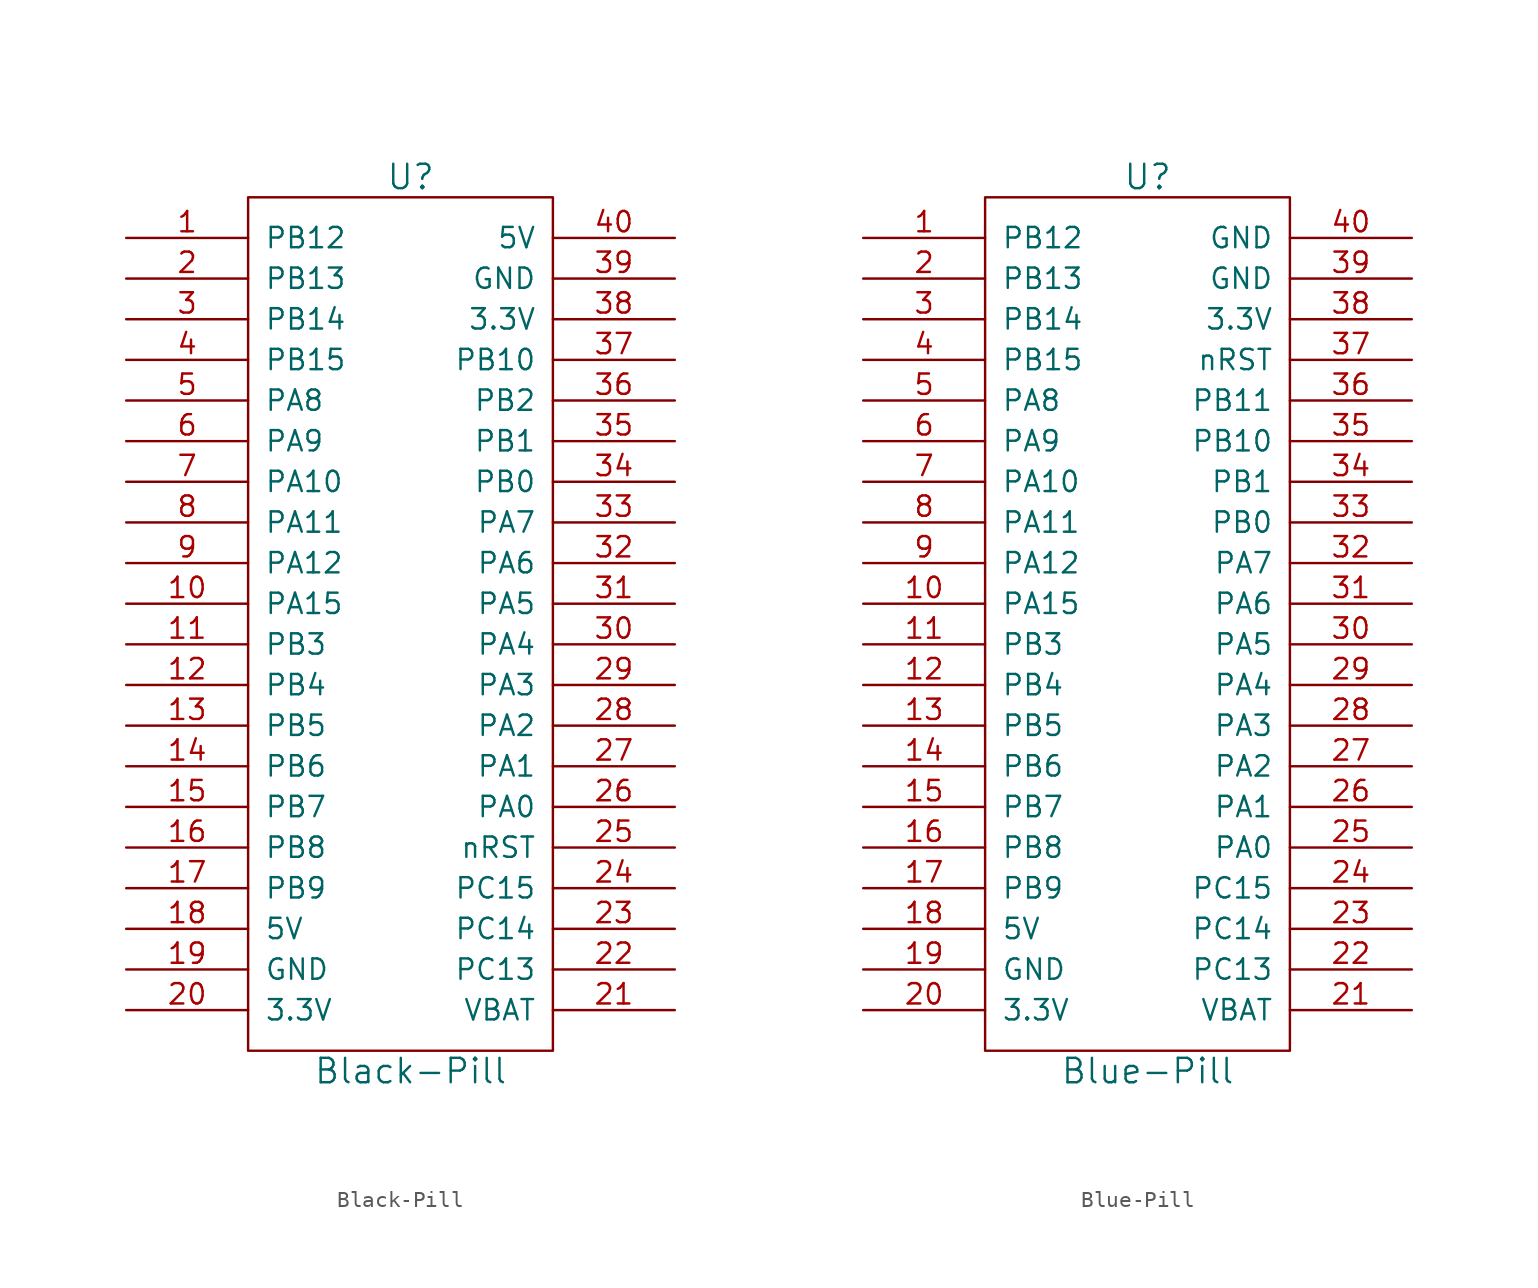
<source format=kicad_sym>
(kicad_symbol_lib
  (version 20220914)
  (generator kicad_symbol_editor)
  (symbol "Black-Pill"
    (pin_names
      (offset 1.016))
    (property "Reference" "U"
      (at 0 27.94 0)
      (effects (font (size 1.524 1.524))))
    (property "Value" "Black-Pill"
      (at 0 -27.94 0)
      (effects (font (size 1.524 1.524))))
    (property "Footprint" ""
      (at -1.27 10.16 0)
      (effects (font (size 1.524 1.524))))
    (property "Datasheet" ""
      (at -1.27 10.16 0)
      (effects (font (size 1.524 1.524))))
    (symbol "Black-Pill_0_1"
      (rectangle (start -10.16 -26.67) (end 8.89 26.67) (stroke (width 0) (type default)) (fill (type none))))
    (symbol "Black-Pill_1_1"
      (pin bidirectional line (at -17.78 24.13 0) (length 7.62) (name "PB12" (effects (font (size 1.27 1.27)))) (number "1" (effects (font (size 1.27 1.27)))))
      (pin bidirectional line (at -17.78 1.27 0) (length 7.62) (name "PA15" (effects (font (size 1.27 1.27)))) (number "10" (effects (font (size 1.27 1.27)))))
      (pin bidirectional line (at -17.78 -1.27 0) (length 7.62) (name "PB3" (effects (font (size 1.27 1.27)))) (number "11" (effects (font (size 1.27 1.27)))))
      (pin bidirectional line (at -17.78 -3.81 0) (length 7.62) (name "PB4" (effects (font (size 1.27 1.27)))) (number "12" (effects (font (size 1.27 1.27)))))
      (pin bidirectional line (at -17.78 -6.35 0) (length 7.62) (name "PB5" (effects (font (size 1.27 1.27)))) (number "13" (effects (font (size 1.27 1.27)))))
      (pin bidirectional line (at -17.78 -8.89 0) (length 7.62) (name "PB6" (effects (font (size 1.27 1.27)))) (number "14" (effects (font (size 1.27 1.27)))))
      (pin bidirectional line (at -17.78 -11.43 0) (length 7.62) (name "PB7" (effects (font (size 1.27 1.27)))) (number "15" (effects (font (size 1.27 1.27)))))
      (pin bidirectional line (at -17.78 -13.97 0) (length 7.62) (name "PB8" (effects (font (size 1.27 1.27)))) (number "16" (effects (font (size 1.27 1.27)))))
      (pin bidirectional line (at -17.78 -16.51 0) (length 7.62) (name "PB9" (effects (font (size 1.27 1.27)))) (number "17" (effects (font (size 1.27 1.27)))))
      (pin power_out line (at -17.78 -19.05 0) (length 7.62) (name "5V" (effects (font (size 1.27 1.27)))) (number "18" (effects (font (size 1.27 1.27)))))
      (pin power_in line (at -17.78 -21.59 0) (length 7.62) (name "GND" (effects (font (size 1.27 1.27)))) (number "19" (effects (font (size 1.27 1.27)))))
      (pin bidirectional line (at -17.78 21.59 0) (length 7.62) (name "PB13" (effects (font (size 1.27 1.27)))) (number "2" (effects (font (size 1.27 1.27)))))
      (pin power_out line (at -17.78 -24.13 0) (length 7.62) (name "3.3V" (effects (font (size 1.27 1.27)))) (number "20" (effects (font (size 1.27 1.27)))))
      (pin bidirectional line (at 16.51 -24.13 180) (length 7.62) (name "VBAT" (effects (font (size 1.27 1.27)))) (number "21" (effects (font (size 1.27 1.27)))))
      (pin bidirectional line (at 16.51 -21.59 180) (length 7.62) (name "PC13" (effects (font (size 1.27 1.27)))) (number "22" (effects (font (size 1.27 1.27)))))
      (pin bidirectional line (at 16.51 -19.05 180) (length 7.62) (name "PC14" (effects (font (size 1.27 1.27)))) (number "23" (effects (font (size 1.27 1.27)))))
      (pin bidirectional line (at 16.51 -16.51 180) (length 7.62) (name "PC15" (effects (font (size 1.27 1.27)))) (number "24" (effects (font (size 1.27 1.27)))))
      (pin bidirectional line (at 16.51 -13.97 180) (length 7.62) (name "nRST" (effects (font (size 1.27 1.27)))) (number "25" (effects (font (size 1.27 1.27)))))
      (pin bidirectional line (at 16.51 -11.43 180) (length 7.62) (name "PA0" (effects (font (size 1.27 1.27)))) (number "26" (effects (font (size 1.27 1.27)))))
      (pin bidirectional line (at 16.51 -8.89 180) (length 7.62) (name "PA1" (effects (font (size 1.27 1.27)))) (number "27" (effects (font (size 1.27 1.27)))))
      (pin bidirectional line (at 16.51 -6.35 180) (length 7.62) (name "PA2" (effects (font (size 1.27 1.27)))) (number "28" (effects (font (size 1.27 1.27)))))
      (pin bidirectional line (at 16.51 -3.81 180) (length 7.62) (name "PA3" (effects (font (size 1.27 1.27)))) (number "29" (effects (font (size 1.27 1.27)))))
      (pin bidirectional line (at -17.78 19.05 0) (length 7.62) (name "PB14" (effects (font (size 1.27 1.27)))) (number "3" (effects (font (size 1.27 1.27)))))
      (pin bidirectional line (at 16.51 -1.27 180) (length 7.62) (name "PA4" (effects (font (size 1.27 1.27)))) (number "30" (effects (font (size 1.27 1.27)))))
      (pin bidirectional line (at 16.51 1.27 180) (length 7.62) (name "PA5" (effects (font (size 1.27 1.27)))) (number "31" (effects (font (size 1.27 1.27)))))
      (pin bidirectional line (at 16.51 3.81 180) (length 7.62) (name "PA6" (effects (font (size 1.27 1.27)))) (number "32" (effects (font (size 1.27 1.27)))))
      (pin bidirectional line (at 16.51 6.35 180) (length 7.62) (name "PA7" (effects (font (size 1.27 1.27)))) (number "33" (effects (font (size 1.27 1.27)))))
      (pin bidirectional line (at 16.51 8.89 180) (length 7.62) (name "PB0" (effects (font (size 1.27 1.27)))) (number "34" (effects (font (size 1.27 1.27)))))
      (pin bidirectional line (at 16.51 11.43 180) (length 7.62) (name "PB1" (effects (font (size 1.27 1.27)))) (number "35" (effects (font (size 1.27 1.27)))))
      (pin bidirectional line (at 16.51 13.97 180) (length 7.62) (name "PB2" (effects (font (size 1.27 1.27)))) (number "36" (effects (font (size 1.27 1.27)))))
      (pin bidirectional line (at 16.51 16.51 180) (length 7.62) (name "PB10" (effects (font (size 1.27 1.27)))) (number "37" (effects (font (size 1.27 1.27)))))
      (pin power_out line (at 16.51 19.05 180) (length 7.62) (name "3.3V" (effects (font (size 1.27 1.27)))) (number "38" (effects (font (size 1.27 1.27)))))
      (pin power_in line (at 16.51 21.59 180) (length 7.62) (name "GND" (effects (font (size 1.27 1.27)))) (number "39" (effects (font (size 1.27 1.27)))))
      (pin bidirectional line (at -17.78 16.51 0) (length 7.62) (name "PB15" (effects (font (size 1.27 1.27)))) (number "4" (effects (font (size 1.27 1.27)))))
      (pin power_out line (at 16.51 24.13 180) (length 7.62) (name "5V" (effects (font (size 1.27 1.27)))) (number "40" (effects (font (size 1.27 1.27)))))
      (pin bidirectional line (at -17.78 13.97 0) (length 7.62) (name "PA8" (effects (font (size 1.27 1.27)))) (number "5" (effects (font (size 1.27 1.27)))))
      (pin bidirectional line (at -17.78 11.43 0) (length 7.62) (name "PA9" (effects (font (size 1.27 1.27)))) (number "6" (effects (font (size 1.27 1.27)))))
      (pin bidirectional line (at -17.78 8.89 0) (length 7.62) (name "PA10" (effects (font (size 1.27 1.27)))) (number "7" (effects (font (size 1.27 1.27)))))
      (pin bidirectional line (at -17.78 6.35 0) (length 7.62) (name "PA11" (effects (font (size 1.27 1.27)))) (number "8" (effects (font (size 1.27 1.27)))))
      (pin bidirectional line (at -17.78 3.81 0) (length 7.62) (name "PA12" (effects (font (size 1.27 1.27)))) (number "9" (effects (font (size 1.27 1.27)))))))
  (symbol "Blue-Pill"
    (pin_names
      (offset 1.016))
    (property "Reference" "U"
      (at 0 27.94 0)
      (effects (font (size 1.524 1.524))))
    (property "Value" "Blue-Pill"
      (at 0 -27.94 0)
      (effects (font (size 1.524 1.524))))
    (property "Footprint" ""
      (at -1.27 10.16 0)
      (effects (font (size 1.524 1.524))))
    (property "Datasheet" ""
      (at -1.27 10.16 0)
      (effects (font (size 1.524 1.524))))
    (symbol "Blue-Pill_0_1"
      (rectangle (start -10.16 -26.67) (end 8.89 26.67) (stroke (width 0) (type default)) (fill (type none))))
    (symbol "Blue-Pill_1_1"
      (pin bidirectional line (at -17.78 24.13 0) (length 7.62) (name "PB12" (effects (font (size 1.27 1.27)))) (number "1" (effects (font (size 1.27 1.27)))))
      (pin bidirectional line (at -17.78 1.27 0) (length 7.62) (name "PA15" (effects (font (size 1.27 1.27)))) (number "10" (effects (font (size 1.27 1.27)))))
      (pin bidirectional line (at -17.78 -1.27 0) (length 7.62) (name "PB3" (effects (font (size 1.27 1.27)))) (number "11" (effects (font (size 1.27 1.27)))))
      (pin bidirectional line (at -17.78 -3.81 0) (length 7.62) (name "PB4" (effects (font (size 1.27 1.27)))) (number "12" (effects (font (size 1.27 1.27)))))
      (pin bidirectional line (at -17.78 -6.35 0) (length 7.62) (name "PB5" (effects (font (size 1.27 1.27)))) (number "13" (effects (font (size 1.27 1.27)))))
      (pin bidirectional line (at -17.78 -8.89 0) (length 7.62) (name "PB6" (effects (font (size 1.27 1.27)))) (number "14" (effects (font (size 1.27 1.27)))))
      (pin bidirectional line (at -17.78 -11.43 0) (length 7.62) (name "PB7" (effects (font (size 1.27 1.27)))) (number "15" (effects (font (size 1.27 1.27)))))
      (pin bidirectional line (at -17.78 -13.97 0) (length 7.62) (name "PB8" (effects (font (size 1.27 1.27)))) (number "16" (effects (font (size 1.27 1.27)))))
      (pin bidirectional line (at -17.78 -16.51 0) (length 7.62) (name "PB9" (effects (font (size 1.27 1.27)))) (number "17" (effects (font (size 1.27 1.27)))))
      (pin power_out line (at -17.78 -19.05 0) (length 7.62) (name "5V" (effects (font (size 1.27 1.27)))) (number "18" (effects (font (size 1.27 1.27)))))
      (pin power_in line (at -17.78 -21.59 0) (length 7.62) (name "GND" (effects (font (size 1.27 1.27)))) (number "19" (effects (font (size 1.27 1.27)))))
      (pin bidirectional line (at -17.78 21.59 0) (length 7.62) (name "PB13" (effects (font (size 1.27 1.27)))) (number "2" (effects (font (size 1.27 1.27)))))
      (pin power_out line (at -17.78 -24.13 0) (length 7.62) (name "3.3V" (effects (font (size 1.27 1.27)))) (number "20" (effects (font (size 1.27 1.27)))))
      (pin bidirectional line (at 16.51 -24.13 180) (length 7.62) (name "VBAT" (effects (font (size 1.27 1.27)))) (number "21" (effects (font (size 1.27 1.27)))))
      (pin bidirectional line (at 16.51 -21.59 180) (length 7.62) (name "PC13" (effects (font (size 1.27 1.27)))) (number "22" (effects (font (size 1.27 1.27)))))
      (pin bidirectional line (at 16.51 -19.05 180) (length 7.62) (name "PC14" (effects (font (size 1.27 1.27)))) (number "23" (effects (font (size 1.27 1.27)))))
      (pin bidirectional line (at 16.51 -16.51 180) (length 7.62) (name "PC15" (effects (font (size 1.27 1.27)))) (number "24" (effects (font (size 1.27 1.27)))))
      (pin bidirectional line (at 16.51 -13.97 180) (length 7.62) (name "PA0" (effects (font (size 1.27 1.27)))) (number "25" (effects (font (size 1.27 1.27)))))
      (pin bidirectional line (at 16.51 -11.43 180) (length 7.62) (name "PA1" (effects (font (size 1.27 1.27)))) (number "26" (effects (font (size 1.27 1.27)))))
      (pin bidirectional line (at 16.51 -8.89 180) (length 7.62) (name "PA2" (effects (font (size 1.27 1.27)))) (number "27" (effects (font (size 1.27 1.27)))))
      (pin bidirectional line (at 16.51 -6.35 180) (length 7.62) (name "PA3" (effects (font (size 1.27 1.27)))) (number "28" (effects (font (size 1.27 1.27)))))
      (pin bidirectional line (at 16.51 -3.81 180) (length 7.62) (name "PA4" (effects (font (size 1.27 1.27)))) (number "29" (effects (font (size 1.27 1.27)))))
      (pin bidirectional line (at -17.78 19.05 0) (length 7.62) (name "PB14" (effects (font (size 1.27 1.27)))) (number "3" (effects (font (size 1.27 1.27)))))
      (pin bidirectional line (at 16.51 -1.27 180) (length 7.62) (name "PA5" (effects (font (size 1.27 1.27)))) (number "30" (effects (font (size 1.27 1.27)))))
      (pin bidirectional line (at 16.51 1.27 180) (length 7.62) (name "PA6" (effects (font (size 1.27 1.27)))) (number "31" (effects (font (size 1.27 1.27)))))
      (pin bidirectional line (at 16.51 3.81 180) (length 7.62) (name "PA7" (effects (font (size 1.27 1.27)))) (number "32" (effects (font (size 1.27 1.27)))))
      (pin bidirectional line (at 16.51 6.35 180) (length 7.62) (name "PB0" (effects (font (size 1.27 1.27)))) (number "33" (effects (font (size 1.27 1.27)))))
      (pin bidirectional line (at 16.51 8.89 180) (length 7.62) (name "PB1" (effects (font (size 1.27 1.27)))) (number "34" (effects (font (size 1.27 1.27)))))
      (pin bidirectional line (at 16.51 11.43 180) (length 7.62) (name "PB10" (effects (font (size 1.27 1.27)))) (number "35" (effects (font (size 1.27 1.27)))))
      (pin bidirectional line (at 16.51 13.97 180) (length 7.62) (name "PB11" (effects (font (size 1.27 1.27)))) (number "36" (effects (font (size 1.27 1.27)))))
      (pin bidirectional line (at 16.51 16.51 180) (length 7.62) (name "nRST" (effects (font (size 1.27 1.27)))) (number "37" (effects (font (size 1.27 1.27)))))
      (pin power_out line (at 16.51 19.05 180) (length 7.62) (name "3.3V" (effects (font (size 1.27 1.27)))) (number "38" (effects (font (size 1.27 1.27)))))
      (pin power_in line (at 16.51 21.59 180) (length 7.62) (name "GND" (effects (font (size 1.27 1.27)))) (number "39" (effects (font (size 1.27 1.27)))))
      (pin bidirectional line (at -17.78 16.51 0) (length 7.62) (name "PB15" (effects (font (size 1.27 1.27)))) (number "4" (effects (font (size 1.27 1.27)))))
      (pin power_out line (at 16.51 24.13 180) (length 7.62) (name "GND" (effects (font (size 1.27 1.27)))) (number "40" (effects (font (size 1.27 1.27)))))
      (pin bidirectional line (at -17.78 13.97 0) (length 7.62) (name "PA8" (effects (font (size 1.27 1.27)))) (number "5" (effects (font (size 1.27 1.27)))))
      (pin bidirectional line (at -17.78 11.43 0) (length 7.62) (name "PA9" (effects (font (size 1.27 1.27)))) (number "6" (effects (font (size 1.27 1.27)))))
      (pin bidirectional line (at -17.78 8.89 0) (length 7.62) (name "PA10" (effects (font (size 1.27 1.27)))) (number "7" (effects (font (size 1.27 1.27)))))
      (pin bidirectional line (at -17.78 6.35 0) (length 7.62) (name "PA11" (effects (font (size 1.27 1.27)))) (number "8" (effects (font (size 1.27 1.27)))))
      (pin bidirectional line (at -17.78 3.81 0) (length 7.62) (name "PA12" (effects (font (size 1.27 1.27)))) (number "9" (effects (font (size 1.27 1.27))))))))
</source>
